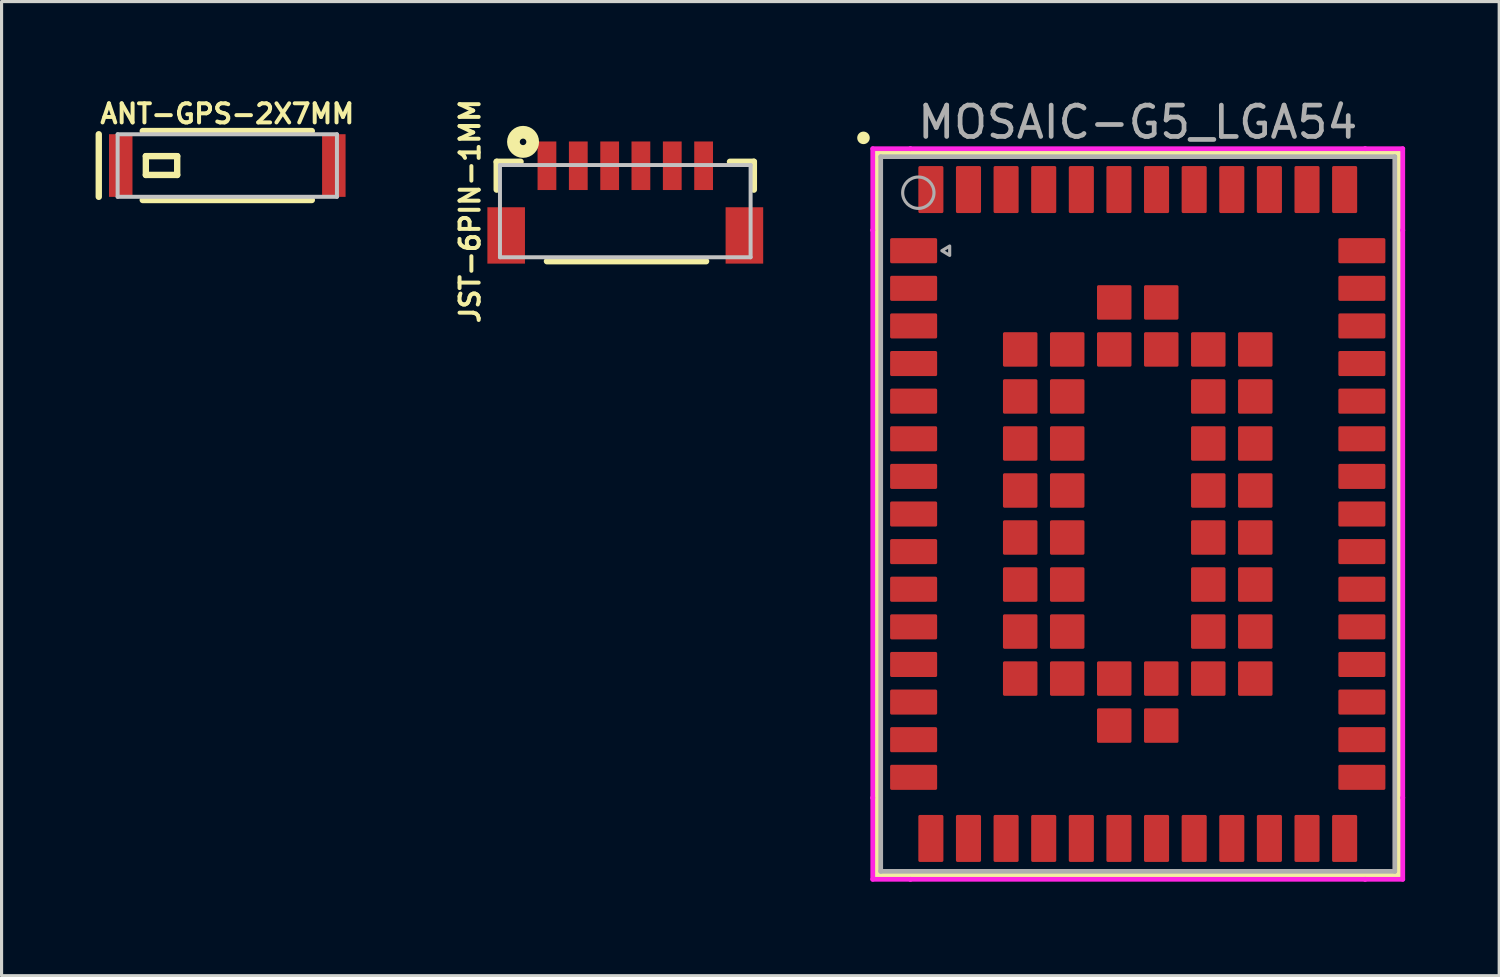
<source format=kicad_pcb>
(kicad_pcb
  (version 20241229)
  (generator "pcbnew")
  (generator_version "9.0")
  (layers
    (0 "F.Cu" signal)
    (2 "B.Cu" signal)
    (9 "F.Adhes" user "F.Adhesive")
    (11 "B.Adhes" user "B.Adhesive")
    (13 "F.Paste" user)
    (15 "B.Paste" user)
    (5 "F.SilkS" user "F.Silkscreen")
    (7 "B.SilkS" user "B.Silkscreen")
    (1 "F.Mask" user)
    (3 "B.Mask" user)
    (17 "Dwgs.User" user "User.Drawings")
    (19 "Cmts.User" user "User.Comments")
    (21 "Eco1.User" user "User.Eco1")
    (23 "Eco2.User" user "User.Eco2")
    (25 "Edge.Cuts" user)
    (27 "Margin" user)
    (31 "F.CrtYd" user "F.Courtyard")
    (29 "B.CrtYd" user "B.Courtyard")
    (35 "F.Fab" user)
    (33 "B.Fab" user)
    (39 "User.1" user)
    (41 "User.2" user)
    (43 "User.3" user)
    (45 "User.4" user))
  (footprint "JST-6PIN-1MM"
    (layer "F.Cu")
    (at 16.898 3.686)
    (property "Reference" "JST-6PIN-1MM" (at -4.953 0 90) (layer "F.SilkS") (effects (font (size 0.61 0.61) (thickness 0.127))))
    (attr smd)
    (fp_line (start -4.102 -1.575) (end -4.102 -0.686) (stroke (width 0.203) (type solid)) (layer "F.SilkS"))
    (fp_line (start -3.34 -1.575) (end -4.102 -1.575) (stroke (width 0.203) (type solid)) (layer "F.SilkS"))
    (fp_line (start -2.499 1.598) (end 2.578 1.598) (stroke (width 0.203) (type solid)) (layer "F.SilkS"))
    (fp_line (start 3.34 -1.575) (end 4.102 -1.575) (stroke (width 0.203) (type solid)) (layer "F.SilkS"))
    (fp_line (start 4.102 -1.575) (end 4.102 -0.686) (stroke (width 0.203) (type solid)) (layer "F.SilkS"))
    (fp_circle (center -3.261 -2.21) (end -3.261 -2.314) (stroke (width 0.406) (type solid)) (fill no) (layer "F.SilkS"))
    (fp_line (start -3.998 -1.471) (end -3.998 1.471) (stroke (width 0.127) (type solid)) (layer "Dwgs.User"))
    (fp_line (start -3.998 1.471) (end 3.998 1.471) (stroke (width 0.127) (type solid)) (layer "Dwgs.User"))
    (fp_line (start 3.998 -1.471) (end -3.998 -1.471) (stroke (width 0.127) (type solid)) (layer "Dwgs.User"))
    (fp_line (start 3.998 1.471) (end 3.998 -1.471) (stroke (width 0.127) (type solid)) (layer "Dwgs.User"))
    (pad "1" smd rect (at -2.499 -1.448) (size 0.599 1.549) (layers "F.Cu" "F.Mask" "F.Paste"))
    (pad "2" smd rect (at -1.499 -1.448) (size 0.599 1.549) (layers "F.Cu" "F.Mask" "F.Paste"))
    (pad "3" smd rect (at -0.498 -1.448) (size 0.599 1.549) (layers "F.Cu" "F.Mask" "F.Paste"))
    (pad "4" smd rect (at 0.498 -1.448) (size 0.599 1.549) (layers "F.Cu" "F.Mask" "F.Paste"))
    (pad "5" smd rect (at 1.499 -1.448) (size 0.599 1.549) (layers "F.Cu" "F.Mask" "F.Paste"))
    (pad "6" smd rect (at 2.499 -1.448) (size 0.599 1.549) (layers "F.Cu" "F.Mask" "F.Paste"))
    (pad "P$1" smd rect (at -3.8 0.775) (size 1.199 1.798) (layers "F.Cu" "F.Mask" "F.Paste"))
    (pad "P$2" smd rect (at 3.8 0.775) (size 1.199 1.798) (layers "F.Cu" "F.Mask" "F.Paste")))
  (footprint "ANT-GPS-2X7MM"
    (layer "F.Cu")
    (at 4.201 2.231)
    (property "Reference" "ANT-GPS-2X7MM" (at 0 -1.651 0) (layer "F.SilkS") (effects (font (size 0.61 0.61) (thickness 0.127))))
    (attr smd)
    (fp_line (start -4.1 -0.998) (end -4.1 0.998) (stroke (width 0.203) (type solid)) (layer "F.SilkS"))
    (fp_line (start -2.697 -1.1) (end 2.697 -1.1) (stroke (width 0.203) (type solid)) (layer "F.SilkS"))
    (fp_line (start -2.697 1.1) (end 2.697 1.1) (stroke (width 0.203) (type solid)) (layer "F.SilkS"))
    (fp_line (start -2.598 -0.3) (end -2.598 0.3) (stroke (width 0.203) (type solid)) (layer "F.SilkS"))
    (fp_line (start -2.598 0.3) (end -1.598 0.3) (stroke (width 0.203) (type solid)) (layer "F.SilkS"))
    (fp_line (start -1.598 -0.3) (end -2.598 -0.3) (stroke (width 0.203) (type solid)) (layer "F.SilkS"))
    (fp_line (start -1.598 0.3) (end -1.598 -0.3) (stroke (width 0.203) (type solid)) (layer "F.SilkS"))
    (fp_line (start -3.498 -0.998) (end 3.498 -0.998) (stroke (width 0.127) (type solid)) (layer "Dwgs.User"))
    (fp_line (start -3.498 0.998) (end -3.498 -0.998) (stroke (width 0.127) (type solid)) (layer "Dwgs.User"))
    (fp_line (start 3.498 -0.998) (end 3.498 0.998) (stroke (width 0.127) (type solid)) (layer "Dwgs.User"))
    (fp_line (start 3.498 0.998) (end -3.498 0.998) (stroke (width 0.127) (type solid)) (layer "Dwgs.User"))
    (pad "1" smd rect (at -3.399 0 90) (size 1.999 0.749) (layers "F.Cu" "F.Mask" "F.Paste"))
    (pad "NC" smd rect (at 3.399 0 90) (size 1.999 0.749) (layers "F.Cu" "F.Mask" "F.Paste")))
  (footprint "MOSAIC-G5_LGA54"
    (layer "F.Cu")
    (at 33.247 13.348)
    (property "Reference" "MOSAIC-G5_LGA54" (at 0 -12.5 0) (unlocked yes) (layer "F.Fab") (effects (font (size 1 1) (thickness 0.15))))
    (attr smd)
    (fp_line (start -8.327 -11.527) (end -8.327 11.527) (stroke (width 0.152) (type solid)) (layer "F.SilkS"))
    (fp_line (start -8.327 11.527) (end 8.327 11.527) (stroke (width 0.152) (type solid)) (layer "F.SilkS"))
    (fp_line (start 8.327 -11.527) (end -8.327 -11.527) (stroke (width 0.152) (type solid)) (layer "F.SilkS"))
    (fp_line (start 8.327 11.527) (end 8.327 -11.527) (stroke (width 0.152) (type solid)) (layer "F.SilkS"))
    (fp_circle (center -8.75 -12) (end -8.65 -12) (stroke (width 0.2) (type solid)) (fill yes) (layer "F.SilkS"))
    (fp_line (start -8.454 -11.654) (end -7.254 -11.654) (stroke (width 0.152) (type solid)) (layer "F.CrtYd"))
    (fp_line (start -8.454 -9.054) (end -8.454 -11.654) (stroke (width 0.152) (type solid)) (layer "F.CrtYd"))
    (fp_line (start -8.454 -9.054) (end -8.454 -9.054) (stroke (width 0.152) (type solid)) (layer "F.CrtYd"))
    (fp_line (start -8.454 9.054) (end -8.454 -9.054) (stroke (width 0.152) (type solid)) (layer "F.CrtYd"))
    (fp_line (start -8.454 9.054) (end -8.454 9.054) (stroke (width 0.152) (type solid)) (layer "F.CrtYd"))
    (fp_line (start -8.454 11.654) (end -8.454 9.054) (stroke (width 0.152) (type solid)) (layer "F.CrtYd"))
    (fp_line (start -7.254 -11.654) (end -7.254 -11.654) (stroke (width 0.152) (type solid)) (layer "F.CrtYd"))
    (fp_line (start -7.254 -11.654) (end 7.254 -11.654) (stroke (width 0.152) (type solid)) (layer "F.CrtYd"))
    (fp_line (start -7.254 11.654) (end -8.454 11.654) (stroke (width 0.152) (type solid)) (layer "F.CrtYd"))
    (fp_line (start -7.254 11.654) (end -7.254 11.654) (stroke (width 0.152) (type solid)) (layer "F.CrtYd"))
    (fp_line (start 7.254 -11.654) (end 7.254 -11.654) (stroke (width 0.152) (type solid)) (layer "F.CrtYd"))
    (fp_line (start 7.254 -11.654) (end 8.454 -11.654) (stroke (width 0.152) (type solid)) (layer "F.CrtYd"))
    (fp_line (start 7.254 11.654) (end -7.254 11.654) (stroke (width 0.152) (type solid)) (layer "F.CrtYd"))
    (fp_line (start 7.254 11.654) (end 7.254 11.654) (stroke (width 0.152) (type solid)) (layer "F.CrtYd"))
    (fp_line (start 8.454 -11.654) (end 8.454 -9.054) (stroke (width 0.152) (type solid)) (layer "F.CrtYd"))
    (fp_line (start 8.454 -9.054) (end 8.454 -9.054) (stroke (width 0.152) (type solid)) (layer "F.CrtYd"))
    (fp_line (start 8.454 -9.054) (end 8.454 9.054) (stroke (width 0.152) (type solid)) (layer "F.CrtYd"))
    (fp_line (start 8.454 9.054) (end 8.454 9.054) (stroke (width 0.152) (type solid)) (layer "F.CrtYd"))
    (fp_line (start 8.454 9.054) (end 8.454 11.654) (stroke (width 0.152) (type solid)) (layer "F.CrtYd"))
    (fp_line (start 8.454 11.654) (end 7.254 11.654) (stroke (width 0.152) (type solid)) (layer "F.CrtYd"))
    (fp_line (start -8.2 -11.4) (end -8.2 11.4) (stroke (width 0.15) (type solid)) (layer "F.Fab"))
    (fp_line (start -8.2 11.4) (end 8.2 11.4) (stroke (width 0.15) (type solid)) (layer "F.Fab"))
    (fp_line (start 8.2 -11.4) (end -8.2 -11.4) (stroke (width 0.15) (type solid)) (layer "F.Fab"))
    (fp_line (start 8.2 11.4) (end 8.2 -11.4) (stroke (width 0.15) (type solid)) (layer "F.Fab"))
    (fp_circle (center -7 -10.25) (end -7 -9.75) (stroke (width 0.1) (type solid)) (fill no) (layer "F.Fab"))
    (fp_poly (pts (xy -6.25 -8.4) (xy -6 -8.55) (xy -6 -8.25)) (stroke (width 0.1) (type solid)) (fill no) (layer "F.Fab"))
    (pad "1" smd roundrect (at -7.15 -8.4) (size 1.5 0.8) (layers "F.Cu" "F.Mask" "F.Paste") (roundrect_rratio 0.062))
    (pad "2" smd roundrect (at -7.15 -7.2) (size 1.5 0.8) (layers "F.Cu" "F.Mask" "F.Paste") (roundrect_rratio 0.062))
    (pad "3" smd roundrect (at -7.15 -6) (size 1.5 0.8) (layers "F.Cu" "F.Mask" "F.Paste") (roundrect_rratio 0.062))
    (pad "4" smd roundrect (at -7.15 -4.8) (size 1.5 0.8) (layers "F.Cu" "F.Mask" "F.Paste") (roundrect_rratio 0.062))
    (pad "5" smd roundrect (at -7.15 -3.6) (size 1.5 0.8) (layers "F.Cu" "F.Mask" "F.Paste") (roundrect_rratio 0.062))
    (pad "6" smd roundrect (at -7.15 -2.4) (size 1.5 0.8) (layers "F.Cu" "F.Mask" "F.Paste") (roundrect_rratio 0.062))
    (pad "7" smd roundrect (at -7.15 -1.2) (size 1.5 0.8) (layers "F.Cu" "F.Mask" "F.Paste") (roundrect_rratio 0.062))
    (pad "8" smd roundrect (at -7.15 0) (size 1.5 0.8) (layers "F.Cu" "F.Mask" "F.Paste") (roundrect_rratio 0.062))
    (pad "9" smd roundrect (at -7.15 1.2) (size 1.5 0.8) (layers "F.Cu" "F.Mask" "F.Paste") (roundrect_rratio 0.062))
    (pad "10" smd roundrect (at -7.15 2.4) (size 1.5 0.8) (layers "F.Cu" "F.Mask" "F.Paste") (roundrect_rratio 0.062))
    (pad "11" smd roundrect (at -7.15 3.6) (size 1.5 0.8) (layers "F.Cu" "F.Mask" "F.Paste") (roundrect_rratio 0.062))
    (pad "12" smd roundrect (at -7.15 4.8) (size 1.5 0.8) (layers "F.Cu" "F.Mask" "F.Paste") (roundrect_rratio 0.062))
    (pad "13" smd roundrect (at -7.15 6) (size 1.5 0.8) (layers "F.Cu" "F.Mask" "F.Paste") (roundrect_rratio 0.062))
    (pad "14" smd roundrect (at -7.15 7.2) (size 1.5 0.8) (layers "F.Cu" "F.Mask" "F.Paste") (roundrect_rratio 0.062))
    (pad "15" smd roundrect (at -7.15 8.4) (size 1.5 0.8) (layers "F.Cu" "F.Mask" "F.Paste") (roundrect_rratio 0.062))
    (pad "16" smd roundrect (at -6.6 10.35 90) (size 1.5 0.8) (layers "F.Cu" "F.Mask" "F.Paste") (roundrect_rratio 0.062))
    (pad "17" smd roundrect (at -5.4 10.35 90) (size 1.5 0.8) (layers "F.Cu" "F.Mask" "F.Paste") (roundrect_rratio 0.062))
    (pad "18" smd roundrect (at -4.2 10.35 90) (size 1.5 0.8) (layers "F.Cu" "F.Mask" "F.Paste") (roundrect_rratio 0.062))
    (pad "19" smd roundrect (at -3 10.35 90) (size 1.5 0.8) (layers "F.Cu" "F.Mask" "F.Paste") (roundrect_rratio 0.062))
    (pad "20" smd roundrect (at -1.8 10.35 90) (size 1.5 0.8) (layers "F.Cu" "F.Mask" "F.Paste") (roundrect_rratio 0.062))
    (pad "21" smd roundrect (at -0.6 10.35 90) (size 1.5 0.8) (layers "F.Cu" "F.Mask" "F.Paste") (roundrect_rratio 0.062))
    (pad "22" smd roundrect (at 0.6 10.35 90) (size 1.5 0.8) (layers "F.Cu" "F.Mask" "F.Paste") (roundrect_rratio 0.062))
    (pad "23" smd roundrect (at 1.8 10.35 90) (size 1.5 0.8) (layers "F.Cu" "F.Mask" "F.Paste") (roundrect_rratio 0.062))
    (pad "24" smd roundrect (at 3 10.35 90) (size 1.5 0.8) (layers "F.Cu" "F.Mask" "F.Paste") (roundrect_rratio 0.062))
    (pad "25" smd roundrect (at 4.2 10.35 90) (size 1.5 0.8) (layers "F.Cu" "F.Mask" "F.Paste") (roundrect_rratio 0.062))
    (pad "26" smd roundrect (at 5.4 10.35 90) (size 1.5 0.8) (layers "F.Cu" "F.Mask" "F.Paste") (roundrect_rratio 0.062))
    (pad "27" smd roundrect (at 6.6 10.35 90) (size 1.5 0.8) (layers "F.Cu" "F.Mask" "F.Paste") (roundrect_rratio 0.062))
    (pad "28" smd roundrect (at 7.15 8.4) (size 1.5 0.8) (layers "F.Cu" "F.Mask" "F.Paste") (roundrect_rratio 0.062))
    (pad "29" smd roundrect (at 7.15 7.2) (size 1.5 0.8) (layers "F.Cu" "F.Mask" "F.Paste") (roundrect_rratio 0.062))
    (pad "30" smd roundrect (at 7.15 6) (size 1.5 0.8) (layers "F.Cu" "F.Mask" "F.Paste") (roundrect_rratio 0.062))
    (pad "31" smd roundrect (at 7.15 4.8) (size 1.5 0.8) (layers "F.Cu" "F.Mask" "F.Paste") (roundrect_rratio 0.062))
    (pad "32" smd roundrect (at 7.15 3.6) (size 1.5 0.8) (layers "F.Cu" "F.Mask" "F.Paste") (roundrect_rratio 0.062))
    (pad "33" smd roundrect (at 7.15 2.4) (size 1.5 0.8) (layers "F.Cu" "F.Mask" "F.Paste") (roundrect_rratio 0.062))
    (pad "34" smd roundrect (at 7.15 1.2) (size 1.5 0.8) (layers "F.Cu" "F.Mask" "F.Paste") (roundrect_rratio 0.062))
    (pad "35" smd roundrect (at 7.15 0) (size 1.5 0.8) (layers "F.Cu" "F.Mask" "F.Paste") (roundrect_rratio 0.062))
    (pad "36" smd roundrect (at 7.15 -1.2) (size 1.5 0.8) (layers "F.Cu" "F.Mask" "F.Paste") (roundrect_rratio 0.062))
    (pad "37" smd roundrect (at 7.15 -2.4) (size 1.5 0.8) (layers "F.Cu" "F.Mask" "F.Paste") (roundrect_rratio 0.062))
    (pad "38" smd roundrect (at 7.15 -3.6) (size 1.5 0.8) (layers "F.Cu" "F.Mask" "F.Paste") (roundrect_rratio 0.062))
    (pad "39" smd roundrect (at 7.15 -4.8) (size 1.5 0.8) (layers "F.Cu" "F.Mask" "F.Paste") (roundrect_rratio 0.062))
    (pad "40" smd roundrect (at 7.15 -6) (size 1.5 0.8) (layers "F.Cu" "F.Mask" "F.Paste") (roundrect_rratio 0.062))
    (pad "41" smd roundrect (at 7.15 -7.2) (size 1.5 0.8) (layers "F.Cu" "F.Mask" "F.Paste") (roundrect_rratio 0.062))
    (pad "42" smd roundrect (at 7.15 -8.4) (size 1.5 0.8) (layers "F.Cu" "F.Mask" "F.Paste") (roundrect_rratio 0.062))
    (pad "43" smd roundrect (at 6.6 -10.35 90) (size 1.5 0.8) (layers "F.Cu" "F.Mask" "F.Paste") (roundrect_rratio 0.062))
    (pad "44" smd roundrect (at 5.4 -10.35 90) (size 1.5 0.8) (layers "F.Cu" "F.Mask" "F.Paste") (roundrect_rratio 0.062))
    (pad "45" smd roundrect (at 4.2 -10.35 90) (size 1.5 0.8) (layers "F.Cu" "F.Mask" "F.Paste") (roundrect_rratio 0.062))
    (pad "46" smd roundrect (at 3 -10.35 90) (size 1.5 0.8) (layers "F.Cu" "F.Mask" "F.Paste") (roundrect_rratio 0.062))
    (pad "47" smd roundrect (at 1.8 -10.35 90) (size 1.5 0.8) (layers "F.Cu" "F.Mask" "F.Paste") (roundrect_rratio 0.062))
    (pad "48" smd roundrect (at 0.6 -10.35 90) (size 1.5 0.8) (layers "F.Cu" "F.Mask" "F.Paste") (roundrect_rratio 0.062))
    (pad "49" smd roundrect (at -0.6 -10.35 90) (size 1.5 0.8) (layers "F.Cu" "F.Mask" "F.Paste") (roundrect_rratio 0.062))
    (pad "50" smd roundrect (at -1.8 -10.35 90) (size 1.5 0.8) (layers "F.Cu" "F.Mask" "F.Paste") (roundrect_rratio 0.062))
    (pad "51" smd roundrect (at -3 -10.35 90) (size 1.5 0.8) (layers "F.Cu" "F.Mask" "F.Paste") (roundrect_rratio 0.062))
    (pad "52" smd roundrect (at -4.2 -10.35 90) (size 1.5 0.8) (layers "F.Cu" "F.Mask" "F.Paste") (roundrect_rratio 0.062))
    (pad "53" smd roundrect (at -5.4 -10.35 90) (size 1.5 0.8) (layers "F.Cu" "F.Mask" "F.Paste") (roundrect_rratio 0.062))
    (pad "54" smd roundrect (at -6.6 -10.35 90) (size 1.5 0.8) (layers "F.Cu" "F.Mask" "F.Paste") (roundrect_rratio 0.062))
    (pad "55" smd roundrect (at -0.75 -6.75) (size 1.1 1.1) (layers "F.Cu" "F.Mask" "F.Paste") (roundrect_rratio 0.045))
    (pad "56" smd roundrect (at 0.75 -6.75) (size 1.1 1.1) (layers "F.Cu" "F.Mask" "F.Paste") (roundrect_rratio 0.045))
    (pad "57" smd roundrect (at -3.75 -5.25) (size 1.1 1.1) (layers "F.Cu" "F.Mask" "F.Paste") (roundrect_rratio 0.045))
    (pad "58" smd roundrect (at -2.25 -5.25) (size 1.1 1.1) (layers "F.Cu" "F.Mask" "F.Paste") (roundrect_rratio 0.045))
    (pad "59" smd roundrect (at -0.75 -5.25) (size 1.1 1.1) (layers "F.Cu" "F.Mask" "F.Paste") (roundrect_rratio 0.045))
    (pad "60" smd roundrect (at 0.75 -5.25) (size 1.1 1.1) (layers "F.Cu" "F.Mask" "F.Paste") (roundrect_rratio 0.045))
    (pad "61" smd roundrect (at 2.25 -5.25) (size 1.1 1.1) (layers "F.Cu" "F.Mask" "F.Paste") (roundrect_rratio 0.045))
    (pad "62" smd roundrect (at 3.75 -5.25) (size 1.1 1.1) (layers "F.Cu" "F.Mask" "F.Paste") (roundrect_rratio 0.045))
    (pad "63" smd roundrect (at -3.75 -3.75) (size 1.1 1.1) (layers "F.Cu" "F.Mask" "F.Paste") (roundrect_rratio 0.045))
    (pad "64" smd roundrect (at -2.25 -3.75) (size 1.1 1.1) (layers "F.Cu" "F.Mask" "F.Paste") (roundrect_rratio 0.045))
    (pad "65" smd roundrect (at 2.25 -3.75) (size 1.1 1.1) (layers "F.Cu" "F.Mask" "F.Paste") (roundrect_rratio 0.045))
    (pad "66" smd roundrect (at 3.75 -3.75) (size 1.1 1.1) (layers "F.Cu" "F.Mask" "F.Paste") (roundrect_rratio 0.045))
    (pad "67" smd roundrect (at -3.75 -2.25) (size 1.1 1.1) (layers "F.Cu" "F.Mask" "F.Paste") (roundrect_rratio 0.045))
    (pad "68" smd roundrect (at -2.25 -2.25) (size 1.1 1.1) (layers "F.Cu" "F.Mask" "F.Paste") (roundrect_rratio 0.045))
    (pad "69" smd roundrect (at 2.25 -2.25) (size 1.1 1.1) (layers "F.Cu" "F.Mask" "F.Paste") (roundrect_rratio 0.045))
    (pad "70" smd roundrect (at 3.75 -2.25) (size 1.1 1.1) (layers "F.Cu" "F.Mask" "F.Paste") (roundrect_rratio 0.045))
    (pad "71" smd roundrect (at -3.75 -0.75) (size 1.1 1.1) (layers "F.Cu" "F.Mask" "F.Paste") (roundrect_rratio 0.045))
    (pad "72" smd roundrect (at -2.25 -0.75) (size 1.1 1.1) (layers "F.Cu" "F.Mask" "F.Paste") (roundrect_rratio 0.045))
    (pad "73" smd roundrect (at 2.25 -0.75) (size 1.1 1.1) (layers "F.Cu" "F.Mask" "F.Paste") (roundrect_rratio 0.045))
    (pad "74" smd roundrect (at 3.75 -0.75) (size 1.1 1.1) (layers "F.Cu" "F.Mask" "F.Paste") (roundrect_rratio 0.045))
    (pad "75" smd roundrect (at -3.75 0.75) (size 1.1 1.1) (layers "F.Cu" "F.Mask" "F.Paste") (roundrect_rratio 0.045))
    (pad "76" smd roundrect (at -2.25 0.75) (size 1.1 1.1) (layers "F.Cu" "F.Mask" "F.Paste") (roundrect_rratio 0.045))
    (pad "77" smd roundrect (at 2.25 0.75) (size 1.1 1.1) (layers "F.Cu" "F.Mask" "F.Paste") (roundrect_rratio 0.045))
    (pad "78" smd roundrect (at 3.75 0.75) (size 1.1 1.1) (layers "F.Cu" "F.Mask" "F.Paste") (roundrect_rratio 0.045))
    (pad "79" smd roundrect (at -3.75 2.25) (size 1.1 1.1) (layers "F.Cu" "F.Mask" "F.Paste") (roundrect_rratio 0.045))
    (pad "80" smd roundrect (at -2.25 2.25) (size 1.1 1.1) (layers "F.Cu" "F.Mask" "F.Paste") (roundrect_rratio 0.045))
    (pad "81" smd roundrect (at 2.25 2.25) (size 1.1 1.1) (layers "F.Cu" "F.Mask" "F.Paste") (roundrect_rratio 0.045))
    (pad "82" smd roundrect (at 3.75 2.25) (size 1.1 1.1) (layers "F.Cu" "F.Mask" "F.Paste") (roundrect_rratio 0.045))
    (pad "83" smd roundrect (at -3.75 3.75) (size 1.1 1.1) (layers "F.Cu" "F.Mask" "F.Paste") (roundrect_rratio 0.045))
    (pad "84" smd roundrect (at -2.25 3.75) (size 1.1 1.1) (layers "F.Cu" "F.Mask" "F.Paste") (roundrect_rratio 0.045))
    (pad "85" smd roundrect (at 2.25 3.75) (size 1.1 1.1) (layers "F.Cu" "F.Mask" "F.Paste") (roundrect_rratio 0.045))
    (pad "86" smd roundrect (at 3.75 3.75) (size 1.1 1.1) (layers "F.Cu" "F.Mask" "F.Paste") (roundrect_rratio 0.045))
    (pad "87" smd roundrect (at -3.75 5.25) (size 1.1 1.1) (layers "F.Cu" "F.Mask" "F.Paste") (roundrect_rratio 0.045))
    (pad "88" smd roundrect (at -2.25 5.25) (size 1.1 1.1) (layers "F.Cu" "F.Mask" "F.Paste") (roundrect_rratio 0.045))
    (pad "89" smd roundrect (at -0.75 5.25) (size 1.1 1.1) (layers "F.Cu" "F.Mask" "F.Paste") (roundrect_rratio 0.045))
    (pad "90" smd roundrect (at 0.75 5.25) (size 1.1 1.1) (layers "F.Cu" "F.Mask" "F.Paste") (roundrect_rratio 0.045))
    (pad "91" smd roundrect (at 2.25 5.25) (size 1.1 1.1) (layers "F.Cu" "F.Mask" "F.Paste") (roundrect_rratio 0.045))
    (pad "92" smd roundrect (at 3.75 5.25) (size 1.1 1.1) (layers "F.Cu" "F.Mask" "F.Paste") (roundrect_rratio 0.045))
    (pad "93" smd roundrect (at -0.75 6.75) (size 1.1 1.1) (layers "F.Cu" "F.Mask" "F.Paste") (roundrect_rratio 0.045))
    (pad "94" smd roundrect (at 0.75 6.75) (size 1.1 1.1) (layers "F.Cu" "F.Mask" "F.Paste") (roundrect_rratio 0.045)))
  (gr_rect
    (start -3 -3)
    (end 44.778 28.078)
    (stroke (width 0.1) (type default))
    (fill no)
    (layer "Edge.Cuts")))
</source>
